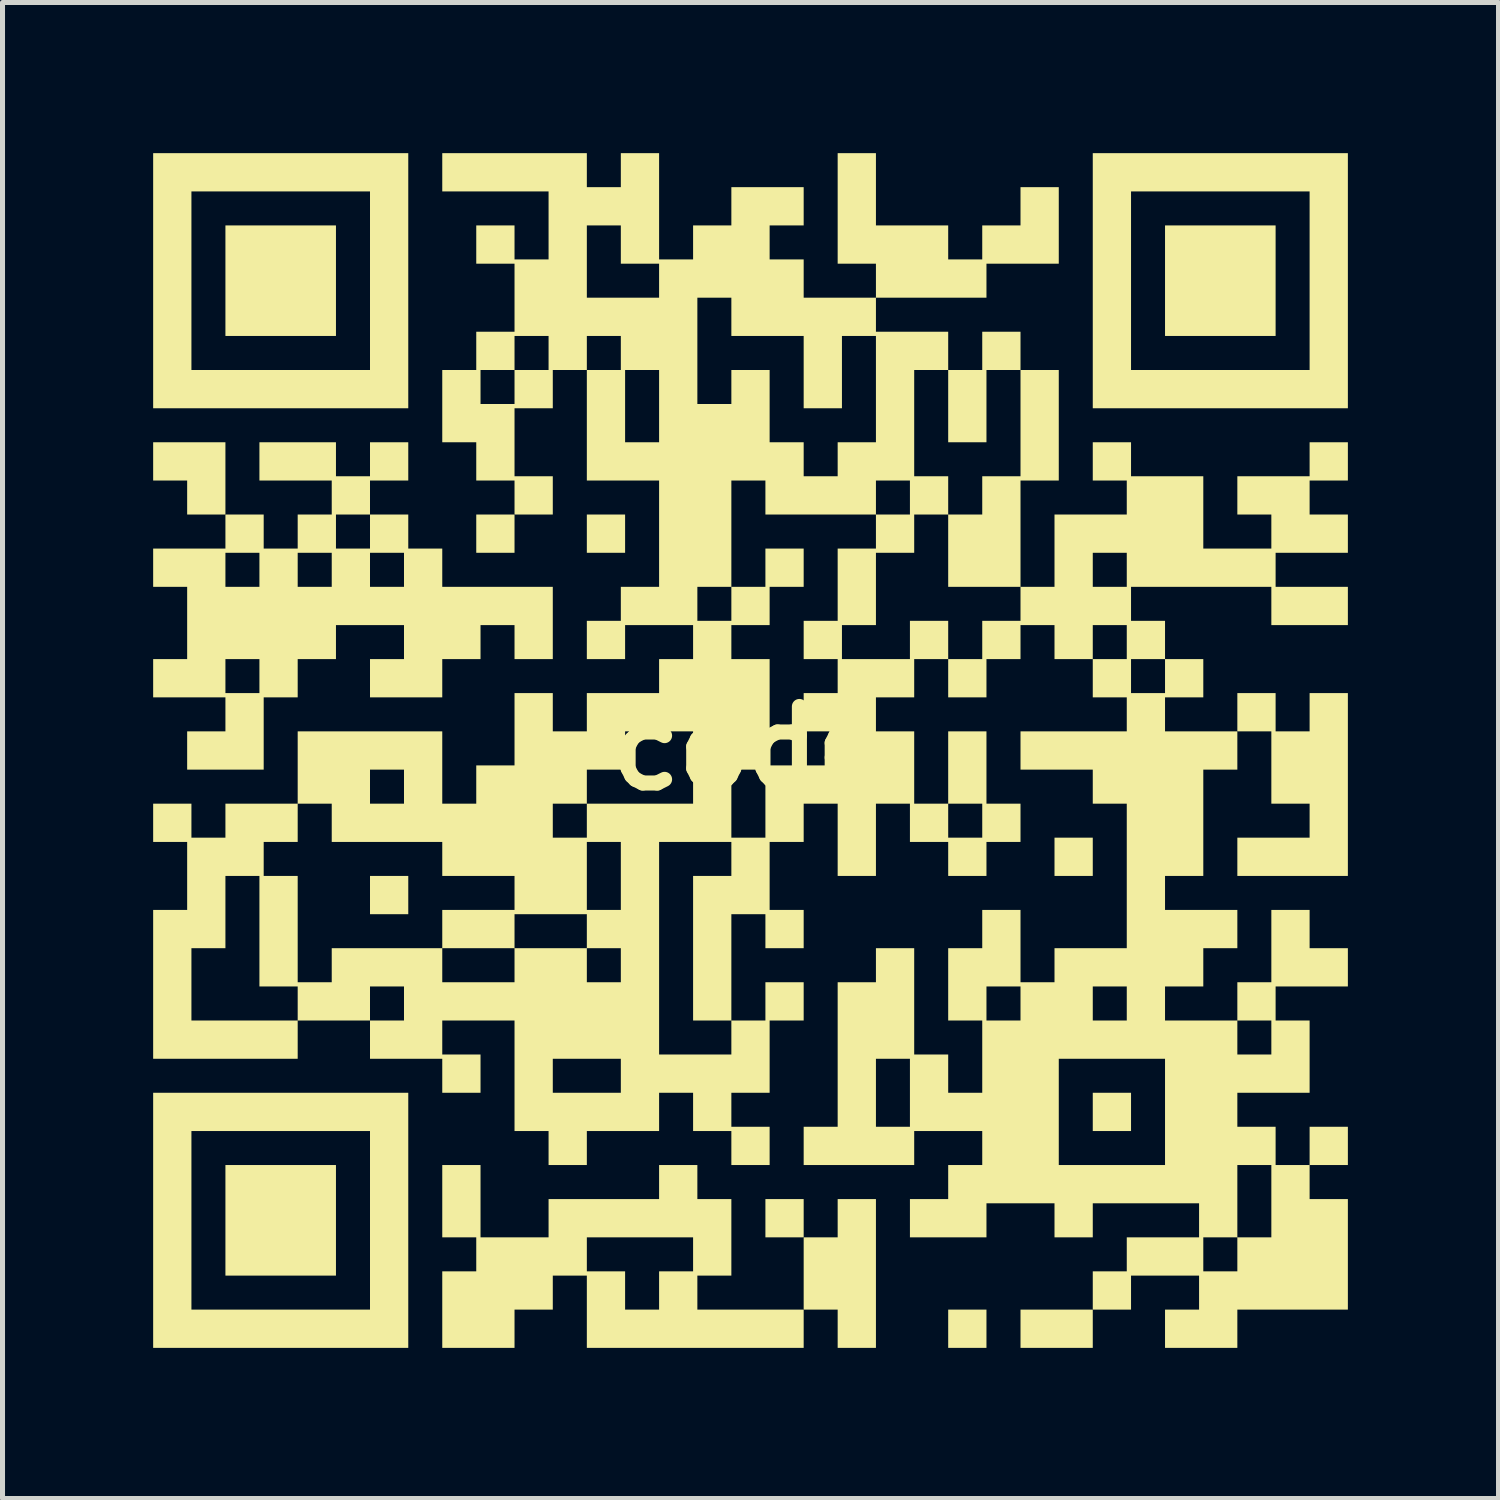
<source format=kicad_pcb>
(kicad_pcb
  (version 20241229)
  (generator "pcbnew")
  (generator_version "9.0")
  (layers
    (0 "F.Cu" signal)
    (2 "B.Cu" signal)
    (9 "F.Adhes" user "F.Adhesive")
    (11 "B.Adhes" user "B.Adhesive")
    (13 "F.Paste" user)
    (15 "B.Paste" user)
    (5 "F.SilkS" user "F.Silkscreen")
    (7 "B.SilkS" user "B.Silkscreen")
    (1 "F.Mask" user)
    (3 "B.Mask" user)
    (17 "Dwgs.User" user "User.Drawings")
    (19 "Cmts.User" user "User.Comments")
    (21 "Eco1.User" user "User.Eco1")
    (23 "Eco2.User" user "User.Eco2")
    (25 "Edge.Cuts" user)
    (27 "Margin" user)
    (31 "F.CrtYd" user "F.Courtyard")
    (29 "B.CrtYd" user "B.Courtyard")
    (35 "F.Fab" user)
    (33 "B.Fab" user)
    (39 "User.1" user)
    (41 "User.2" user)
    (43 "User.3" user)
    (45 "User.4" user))
  (footprint "code"
    (layer "F.Cu")
    (at 11.853 11.853)
    (property "Reference" "code" (at 0 0 0) (layer "F.SilkS") (effects (font (size 1.524 1.524) (thickness 0.3))))
    (attr board_only exclude_from_pos_files exclude_from_bom)
    (fp_poly (pts (xy -8.213 -8.213) (xy -10.414 -8.213) (xy -10.414 -10.414) (xy -8.213 -10.414)) (stroke (width 0) (type solid)) (fill yes) (layer "F.SilkS"))
    (fp_poly (pts (xy -8.213 10.499) (xy -10.414 10.499) (xy -10.414 8.297) (xy -8.213 8.297)) (stroke (width 0) (type solid)) (fill yes) (layer "F.SilkS"))
    (fp_poly (pts (xy -6.773 3.302) (xy -7.535 3.302) (xy -7.535 2.54) (xy -6.773 2.54)) (stroke (width 0) (type solid)) (fill yes) (layer "F.SilkS"))
    (fp_poly (pts (xy -4.657 -3.895) (xy -5.419 -3.895) (xy -5.419 -4.657) (xy -4.657 -4.657)) (stroke (width 0) (type solid)) (fill yes) (layer "F.SilkS"))
    (fp_poly (pts (xy -2.455 -3.895) (xy -3.217 -3.895) (xy -3.217 -4.657) (xy -2.455 -4.657)) (stroke (width 0) (type solid)) (fill yes) (layer "F.SilkS"))
    (fp_poly (pts (xy 1.101 9.737) (xy 0.339 9.737) (xy 0.339 8.975) (xy 1.101 8.975)) (stroke (width 0) (type solid)) (fill yes) (layer "F.SilkS"))
    (fp_poly (pts (xy 4.741 11.938) (xy 3.979 11.938) (xy 3.979 11.176) (xy 4.741 11.176)) (stroke (width 0) (type solid)) (fill yes) (layer "F.SilkS"))
    (fp_poly (pts (xy 6.858 2.54) (xy 6.096 2.54) (xy 6.096 1.778) (xy 6.858 1.778)) (stroke (width 0) (type solid)) (fill yes) (layer "F.SilkS"))
    (fp_poly (pts (xy 6.858 11.938) (xy 5.419 11.938) (xy 5.419 11.176) (xy 6.858 11.176)) (stroke (width 0) (type solid)) (fill yes) (layer "F.SilkS"))
    (fp_poly (pts (xy 7.62 7.62) (xy 6.858 7.62) (xy 6.858 6.858) (xy 7.62 6.858)) (stroke (width 0) (type solid)) (fill yes) (layer "F.SilkS"))
    (fp_poly (pts (xy 10.499 -8.213) (xy 8.297 -8.213) (xy 8.297 -10.414) (xy 10.499 -10.414)) (stroke (width 0) (type solid)) (fill yes) (layer "F.SilkS"))
    (fp_poly (pts (xy 11.938 8.297) (xy 11.176 8.297) (xy 11.176 7.535) (xy 11.938 7.535)) (stroke (width 0) (type solid)) (fill yes) (layer "F.SilkS"))
    (fp_poly (pts (xy -10.414 -4.657) (xy -11.176 -4.657) (xy -11.176 -5.334) (xy -11.853 -5.334) (xy -11.853 -6.096) (xy -10.414 -6.096)) (stroke (width 0) (type solid)) (fill yes) (layer "F.SilkS"))
    (fp_poly (pts (xy 2.54 11.938) (xy 1.778 11.938) (xy 1.778 11.176) (xy 1.101 11.176) (xy 1.101 9.737) (xy 1.778 9.737) (xy 1.778 8.975) (xy 2.54 8.975)) (stroke (width 0) (type solid)) (fill yes) (layer "F.SilkS"))
    (fp_poly (pts (xy -6.773 -6.773) (xy -11.853 -6.773) (xy -11.853 -7.535) (xy -11.091 -7.535) (xy -7.535 -7.535) (xy -7.535 -11.091) (xy -11.091 -11.091) (xy -11.091 -7.535) (xy -11.853 -7.535) (xy -11.853 -11.853) (xy -6.773 -11.853)) (stroke (width 0) (type solid)) (fill yes) (layer "F.SilkS"))
    (fp_poly (pts (xy -6.773 11.938) (xy -11.853 11.938) (xy -11.853 11.176) (xy -11.091 11.176) (xy -7.535 11.176) (xy -7.535 7.62) (xy -11.091 7.62) (xy -11.091 11.176) (xy -11.853 11.176) (xy -11.853 6.858) (xy -6.773 6.858)) (stroke (width 0) (type solid)) (fill yes) (layer "F.SilkS"))
    (fp_poly (pts (xy 11.938 -6.773) (xy 6.858 -6.773) (xy 6.858 -7.535) (xy 7.62 -7.535) (xy 11.176 -7.535) (xy 11.176 -11.091) (xy 7.62 -11.091) (xy 7.62 -7.535) (xy 6.858 -7.535) (xy 6.858 -11.853) (xy 11.938 -11.853)) (stroke (width 0) (type solid)) (fill yes) (layer "F.SilkS"))
    (fp_poly (pts (xy 10.499 -0.339) (xy 11.176 -0.339) (xy 11.176 -1.101) (xy 11.938 -1.101) (xy 11.938 2.54) (xy 9.737 2.54) (xy 9.737 1.778) (xy 11.176 1.778) (xy 11.176 1.101) (xy 10.414 1.101) (xy 10.414 -0.339) (xy 9.737 -0.339) (xy 9.737 -1.101) (xy 10.499 -1.101)) (stroke (width 0) (type solid)) (fill yes) (layer "F.SilkS"))
    (fp_poly (pts (xy 2.54 -10.414) (xy 3.979 -10.414) (xy 3.979 -9.737) (xy 4.657 -9.737) (xy 4.657 -10.414) (xy 5.419 -10.414) (xy 5.419 -11.176) (xy 6.181 -11.176) (xy 6.181 -9.652) (xy 4.741 -9.652) (xy 4.741 -8.975) (xy 2.54 -8.975) (xy 2.54 -9.652) (xy 1.778 -9.652) (xy 1.778 -11.853) (xy 2.54 -11.853)) (stroke (width 0) (type solid)) (fill yes) (layer "F.SilkS"))
    (fp_poly (pts (xy -5.334 9.737) (xy -3.979 9.737) (xy -3.979 8.975) (xy -1.778 8.975) (xy -1.778 8.297) (xy -1.016 8.297) (xy -1.016 8.975) (xy -0.339 8.975) (xy -0.339 10.499) (xy -1.016 10.499) (xy -1.016 11.176) (xy 1.101 11.176) (xy 1.101 11.938) (xy -3.217 11.938) (xy -3.217 10.499) (xy -3.895 10.499) (xy -3.895 11.176) (xy -4.657 11.176) (xy -4.657 11.938) (xy -6.096 11.938) (xy -6.096 10.414) (xy -5.419 10.414) (xy -3.217 10.414) (xy -2.455 10.414) (xy -2.455 11.176) (xy -1.778 11.176) (xy -1.778 10.414) (xy -1.101 10.414) (xy -1.101 9.737) (xy -3.217 9.737) (xy -3.217 10.414) (xy -5.419 10.414) (xy -5.419 9.737) (xy -6.096 9.737) (xy -6.096 8.297) (xy -5.334 8.297)) (stroke (width 0) (type solid)) (fill yes) (layer "F.SilkS"))
    (fp_poly (pts (xy -6.773 -4.657) (xy -6.773 -3.979) (xy -6.096 -3.979) (xy -6.096 -3.217) (xy -3.895 -3.217) (xy -3.895 -1.778) (xy -4.657 -1.778) (xy -4.657 -2.455) (xy -5.334 -2.455) (xy -5.334 -1.778) (xy -6.096 -1.778) (xy -6.096 -1.016) (xy -7.535 -1.016) (xy -7.535 -1.778) (xy -6.858 -1.778) (xy -6.858 -2.455) (xy -8.213 -2.455) (xy -8.213 -1.778) (xy -8.975 -1.778) (xy -8.975 -1.016) (xy -9.652 -1.016) (xy -9.652 0.423) (xy -11.176 0.423) (xy -11.176 -0.339) (xy -10.414 -0.339) (xy -10.414 -1.016) (xy -11.853 -1.016) (xy -11.853 -1.101) (xy -10.414 -1.101) (xy -9.737 -1.101) (xy -9.737 -1.778) (xy -10.414 -1.778) (xy -10.414 -1.101) (xy -11.853 -1.101) (xy -11.853 -1.778) (xy -11.176 -1.778) (xy -11.176 -3.217) (xy -10.414 -3.217) (xy -9.737 -3.217) (xy -8.975 -3.217) (xy -8.297 -3.217) (xy -7.535 -3.217) (xy -6.858 -3.217) (xy -6.858 -3.895) (xy -7.535 -3.895) (xy -7.535 -3.217) (xy -8.297 -3.217) (xy -8.297 -3.895) (xy -8.975 -3.895) (xy -8.975 -3.217) (xy -9.737 -3.217) (xy -9.737 -3.895) (xy -10.414 -3.895) (xy -10.414 -3.217) (xy -11.176 -3.217) (xy -11.853 -3.217) (xy -11.853 -3.979) (xy -10.414 -3.979) (xy -10.414 -4.657) (xy -9.652 -4.657) (xy -9.652 -3.979) (xy -8.975 -3.979) (xy -8.213 -3.979) (xy -7.535 -3.979) (xy -7.535 -4.657) (xy -8.213 -4.657) (xy -8.213 -3.979) (xy -8.975 -3.979) (xy -8.975 -4.657) (xy -8.297 -4.657) (xy -8.297 -5.334) (xy -9.737 -5.334) (xy -9.737 -6.096) (xy -8.213 -6.096) (xy -8.213 -5.419) (xy -7.535 -5.419) (xy -7.535 -6.096) (xy -6.773 -6.096) (xy -6.773 -5.334) (xy -7.535 -5.334) (xy -7.535 -4.657)) (stroke (width 0) (type solid)) (fill yes) (layer "F.SilkS"))
    (fp_poly (pts (xy 9.059 -1.778) (xy 9.059 -1.016) (xy 8.297 -1.016) (xy 8.297 -0.339) (xy 9.737 -0.339) (xy 9.737 0.423) (xy 9.059 0.423) (xy 9.059 2.54) (xy 8.297 2.54) (xy 8.297 3.217) (xy 9.737 3.217) (xy 9.737 3.979) (xy 9.059 3.979) (xy 9.059 4.741) (xy 8.297 4.741) (xy 8.297 5.419) (xy 9.737 5.419) (xy 9.737 4.657) (xy 10.414 4.657) (xy 10.414 3.217) (xy 11.176 3.217) (xy 11.176 3.979) (xy 11.938 3.979) (xy 11.938 4.741) (xy 10.499 4.741) (xy 10.499 5.419) (xy 11.176 5.419) (xy 11.176 6.858) (xy 9.737 6.858) (xy 9.737 7.535) (xy 10.499 7.535) (xy 10.499 8.297) (xy 11.176 8.297) (xy 11.176 8.975) (xy 11.938 8.975) (xy 11.938 11.176) (xy 9.737 11.176) (xy 9.737 11.938) (xy 8.297 11.938) (xy 8.297 11.176) (xy 8.975 11.176) (xy 8.975 10.499) (xy 7.62 10.499) (xy 7.62 11.176) (xy 6.858 11.176) (xy 6.858 10.414) (xy 7.535 10.414) (xy 9.059 10.414) (xy 9.737 10.414) (xy 9.737 9.737) (xy 10.414 9.737) (xy 10.414 8.297) (xy 9.737 8.297) (xy 9.737 9.737) (xy 9.059 9.737) (xy 9.059 10.414) (xy 7.535 10.414) (xy 7.535 9.737) (xy 8.975 9.737) (xy 8.975 9.059) (xy 6.858 9.059) (xy 6.858 9.737) (xy 6.096 9.737) (xy 6.096 9.059) (xy 4.741 9.059) (xy 4.741 9.737) (xy 3.217 9.737) (xy 3.217 8.975) (xy 3.979 8.975) (xy 3.979 8.297) (xy 4.657 8.297) (xy 6.181 8.297) (xy 8.297 8.297) (xy 8.297 6.181) (xy 6.181 6.181) (xy 6.181 8.297) (xy 4.657 8.297) (xy 4.657 7.62) (xy 3.302 7.62) (xy 3.302 8.297) (xy 1.101 8.297) (xy 1.101 7.535) (xy 1.778 7.535) (xy 2.54 7.535) (xy 3.217 7.535) (xy 3.217 6.181) (xy 2.54 6.181) (xy 2.54 7.535) (xy 1.778 7.535) (xy 1.778 4.657) (xy 2.54 4.657) (xy 2.54 3.979) (xy 3.302 3.979) (xy 3.302 6.096) (xy 3.979 6.096) (xy 3.979 6.858) (xy 4.657 6.858) (xy 4.657 6.096) (xy 9.737 6.096) (xy 10.414 6.096) (xy 10.414 5.419) (xy 9.737 5.419) (xy 9.737 6.096) (xy 4.657 6.096) (xy 4.657 5.419) (xy 4.741 5.419) (xy 5.419 5.419) (xy 6.858 5.419) (xy 7.535 5.419) (xy 7.535 4.741) (xy 6.858 4.741) (xy 6.858 5.419) (xy 5.419 5.419) (xy 5.419 4.741) (xy 4.741 4.741) (xy 4.741 5.419) (xy 4.657 5.419) (xy 3.979 5.419) (xy 3.979 3.979) (xy 4.657 3.979) (xy 4.657 3.217) (xy 5.419 3.217) (xy 5.419 4.657) (xy 6.096 4.657) (xy 6.096 3.979) (xy 7.535 3.979) (xy 7.535 1.101) (xy 6.858 1.101) (xy 6.858 0.423) (xy 5.419 0.423) (xy 5.419 -0.339) (xy 7.535 -0.339) (xy 7.535 -1.016) (xy 6.858 -1.016) (xy 6.858 -1.101) (xy 7.62 -1.101) (xy 8.297 -1.101) (xy 8.297 -1.778) (xy 7.62 -1.778) (xy 7.62 -1.101) (xy 6.858 -1.101) (xy 6.858 -1.778) (xy 7.535 -1.778) (xy 7.535 -2.455) (xy 6.858 -2.455) (xy 6.858 -1.778) (xy 6.096 -1.778) (xy 6.096 -2.455) (xy 5.419 -2.455) (xy 5.419 -1.778) (xy 4.741 -1.778) (xy 4.741 -1.016) (xy 3.979 -1.016) (xy 3.979 -1.778) (xy 3.302 -1.778) (xy 3.302 -1.016) (xy 2.54 -1.016) (xy 2.54 -0.339) (xy 3.302 -0.339) (xy 3.302 1.101) (xy 3.979 1.101) (xy 3.979 -0.339) (xy 4.741 -0.339) (xy 4.741 1.101) (xy 5.419 1.101) (xy 5.419 1.863) (xy 4.741 1.863) (xy 4.741 2.54) (xy 3.979 2.54) (xy 3.979 1.863) (xy 3.217 1.863) (xy 3.217 1.778) (xy 3.979 1.778) (xy 4.657 1.778) (xy 4.657 1.101) (xy 3.979 1.101) (xy 3.979 1.778) (xy 3.217 1.778) (xy 3.217 1.101) (xy 2.54 1.101) (xy 2.54 2.54) (xy 1.778 2.54) (xy 1.778 1.101) (xy 1.101 1.101) (xy 1.101 1.863) (xy 0.423 1.863) (xy 0.423 3.217) (xy 1.101 3.217) (xy 1.101 3.979) (xy 0.339 3.979) (xy 0.339 3.302) (xy -0.339 3.302) (xy -0.339 5.419) (xy 0.339 5.419) (xy 0.339 4.657) (xy 1.101 4.657) (xy 1.101 5.419) (xy 0.423 5.419) (xy 0.423 6.858) (xy -0.339 6.858) (xy -0.339 7.535) (xy 0.423 7.535) (xy 0.423 8.297) (xy -0.339 8.297) (xy -0.339 7.62) (xy -1.101 7.62) (xy -1.101 6.858) (xy -1.778 6.858) (xy -1.778 7.62) (xy -3.217 7.62) (xy -3.217 8.297) (xy -3.979 8.297) (xy -3.979 7.62) (xy -4.657 7.62) (xy -4.657 6.858) (xy -3.895 6.858) (xy -2.54 6.858) (xy -2.54 6.181) (xy -3.895 6.181) (xy -3.895 6.858) (xy -4.657 6.858) (xy -4.657 6.096) (xy -1.778 6.096) (xy -0.339 6.096) (xy -0.339 5.419) (xy -1.101 5.419) (xy -1.101 2.54) (xy -0.339 2.54) (xy -0.339 1.863) (xy -1.778 1.863) (xy -1.778 6.096) (xy -4.657 6.096) (xy -4.657 5.419) (xy -6.096 5.419) (xy -6.096 6.096) (xy -5.334 6.096) (xy -5.334 6.858) (xy -6.096 6.858) (xy -6.096 6.181) (xy -7.535 6.181) (xy -7.535 5.419) (xy -6.858 5.419) (xy -6.858 4.741) (xy -7.535 4.741) (xy -7.535 5.419) (xy -8.975 5.419) (xy -8.975 6.181) (xy -11.853 6.181) (xy -11.853 5.419) (xy -11.091 5.419) (xy -8.975 5.419) (xy -8.975 4.741) (xy -9.737 4.741) (xy -9.737 2.54) (xy -9.652 2.54) (xy -8.975 2.54) (xy -8.975 4.657) (xy -8.297 4.657) (xy -6.096 4.657) (xy -4.657 4.657) (xy -3.217 4.657) (xy -2.54 4.657) (xy -2.54 3.979) (xy -3.217 3.979) (xy -3.217 4.657) (xy -4.657 4.657) (xy -4.657 3.979) (xy -3.217 3.979) (xy -3.217 3.302) (xy -4.657 3.302) (xy -4.657 3.979) (xy -6.096 3.979) (xy -6.096 4.657) (xy -8.297 4.657) (xy -8.297 3.979) (xy -6.096 3.979) (xy -6.096 3.217) (xy -4.657 3.217) (xy -3.217 3.217) (xy -2.54 3.217) (xy -2.54 1.863) (xy -3.217 1.863) (xy -3.217 3.217) (xy -4.657 3.217) (xy -4.657 2.54) (xy -6.096 2.54) (xy -6.096 1.863) (xy -8.297 1.863) (xy -8.297 1.778) (xy -3.895 1.778) (xy -3.217 1.778) (xy -0.339 1.778) (xy 0.339 1.778) (xy 0.339 0.423) (xy -0.339 0.423) (xy -0.339 1.778) (xy -3.217 1.778) (xy -3.217 1.101) (xy -1.101 1.101) (xy -1.101 -0.339) (xy -2.455 -0.339) (xy -2.455 0.423) (xy -3.217 0.423) (xy -3.217 1.101) (xy -3.895 1.101) (xy -3.895 1.778) (xy -8.297 1.778) (xy -8.297 1.101) (xy -7.535 1.101) (xy -6.858 1.101) (xy -6.858 0.423) (xy -7.535 0.423) (xy -7.535 1.101) (xy -8.297 1.101) (xy -8.975 1.101) (xy -8.975 1.863) (xy -9.652 1.863) (xy -9.652 2.54) (xy -9.737 2.54) (xy -10.414 2.54) (xy -10.414 3.979) (xy -11.091 3.979) (xy -11.091 5.419) (xy -11.853 5.419) (xy -11.853 3.217) (xy -11.176 3.217) (xy -11.176 1.863) (xy -11.853 1.863) (xy -11.853 1.101) (xy -11.091 1.101) (xy -11.091 1.778) (xy -10.414 1.778) (xy -10.414 1.101) (xy -8.975 1.101) (xy -8.975 -0.339) (xy -6.096 -0.339) (xy -6.096 1.101) (xy -5.419 1.101) (xy -5.419 0.339) (xy -4.657 0.339) (xy -4.657 -1.101) (xy -3.895 -1.101) (xy -3.895 -0.339) (xy -3.217 -0.339) (xy -3.217 -1.101) (xy -1.778 -1.101) (xy -1.778 -1.778) (xy -1.101 -1.778) (xy -0.339 -1.778) (xy 0.423 -1.778) (xy 0.423 0.339) (xy 1.778 0.339) (xy 1.778 -0.339) (xy 1.101 -0.339) (xy 1.101 -1.101) (xy 1.778 -1.101) (xy 1.778 -1.778) (xy 1.863 -1.778) (xy 3.217 -1.778) (xy 3.217 -2.54) (xy 3.979 -2.54) (xy 3.979 -1.778) (xy 4.657 -1.778) (xy 4.657 -2.54) (xy 5.419 -2.54) (xy 5.419 -3.217) (xy 3.979 -3.217) (xy 3.979 -4.657) (xy 3.302 -4.657) (xy 3.302 -3.895) (xy 2.54 -3.895) (xy 2.54 -2.455) (xy 1.863 -2.455) (xy 1.863 -1.778) (xy 1.778 -1.778) (xy 1.101 -1.778) (xy 1.101 -2.54) (xy 1.778 -2.54) (xy 1.778 -3.979) (xy 2.54 -3.979) (xy 2.54 -4.657) (xy 3.217 -4.657) (xy 3.217 -5.334) (xy 2.54 -5.334) (xy 2.54 -4.657) (xy 0.339 -4.657) (xy 0.339 -5.334) (xy -0.339 -5.334) (xy -0.339 -3.217) (xy 0.339 -3.217) (xy 0.339 -3.979) (xy 1.101 -3.979) (xy 1.101 -3.217) (xy 0.423 -3.217) (xy 0.423 -2.455) (xy -0.339 -2.455) (xy -0.339 -1.778) (xy -1.101 -1.778) (xy -1.101 -2.455) (xy -2.455 -2.455) (xy -2.455 -1.778) (xy -3.217 -1.778) (xy -3.217 -2.54) (xy -2.54 -2.54) (xy -1.016 -2.54) (xy -0.339 -2.54) (xy -0.339 -3.217) (xy -1.016 -3.217) (xy -1.016 -2.54) (xy -2.54 -2.54) (xy -2.54 -3.217) (xy -1.778 -3.217) (xy -1.778 -5.334) (xy -3.217 -5.334) (xy -3.217 -6.096) (xy -2.455 -6.096) (xy -1.778 -6.096) (xy -1.778 -6.858) (xy -1.016 -6.858) (xy -0.339 -6.858) (xy -0.339 -7.535) (xy 0.423 -7.535) (xy 0.423 -6.096) (xy 1.101 -6.096) (xy 1.101 -5.419) (xy 1.778 -5.419) (xy 3.302 -5.419) (xy 3.979 -5.419) (xy 3.979 -4.657) (xy 4.657 -4.657) (xy 4.657 -5.419) (xy 5.419 -5.419) (xy 5.419 -7.535) (xy 4.741 -7.535) (xy 4.741 -6.096) (xy 3.979 -6.096) (xy 3.979 -7.535) (xy 3.302 -7.535) (xy 3.302 -5.419) (xy 1.778 -5.419) (xy 1.778 -6.096) (xy 2.54 -6.096) (xy 2.54 -8.213) (xy 1.863 -8.213) (xy 1.863 -6.773) (xy 1.101 -6.773) (xy 1.101 -8.213) (xy -0.339 -8.213) (xy -0.339 -8.975) (xy -1.016 -8.975) (xy -1.016 -6.858) (xy -1.778 -6.858) (xy -1.778 -7.535) (xy -2.455 -7.535) (xy -2.455 -6.096) (xy -3.217 -6.096) (xy -3.217 -7.535) (xy -2.54 -7.535) (xy -2.54 -8.213) (xy -3.217 -8.213) (xy -3.217 -7.535) (xy -3.895 -7.535) (xy -3.895 -6.773) (xy -4.657 -6.773) (xy -4.657 -5.419) (xy -3.895 -5.419) (xy -3.895 -4.657) (xy -4.657 -4.657) (xy -4.657 -5.334) (xy -5.419 -5.334) (xy -5.419 -6.096) (xy -6.096 -6.096) (xy -6.096 -6.858) (xy -5.334 -6.858) (xy -4.657 -6.858) (xy -4.657 -7.535) (xy -3.979 -7.535) (xy -3.979 -8.213) (xy -4.657 -8.213) (xy -4.657 -7.535) (xy -5.334 -7.535) (xy -5.334 -6.858) (xy -6.096 -6.858) (xy -6.096 -7.535) (xy -5.419 -7.535) (xy -5.419 -8.297) (xy -4.657 -8.297) (xy -4.657 -8.975) (xy -3.217 -8.975) (xy -1.778 -8.975) (xy -1.778 -9.652) (xy -2.54 -9.652) (xy -2.54 -10.414) (xy -3.217 -10.414) (xy -3.217 -8.975) (xy -4.657 -8.975) (xy -4.657 -9.652) (xy -5.419 -9.652) (xy -5.419 -10.414) (xy -4.657 -10.414) (xy -4.657 -9.737) (xy -3.979 -9.737) (xy -3.979 -11.091) (xy -6.096 -11.091) (xy -6.096 -11.853) (xy -3.217 -11.853) (xy -3.217 -11.176) (xy -2.54 -11.176) (xy -2.54 -11.853) (xy -1.778 -11.853) (xy -1.778 -9.737) (xy -1.101 -9.737) (xy -1.101 -10.414) (xy -0.339 -10.414) (xy -0.339 -11.176) (xy 1.101 -11.176) (xy 1.101 -10.414) (xy 0.423 -10.414) (xy 0.423 -9.737) (xy 1.101 -9.737) (xy 1.101 -8.975) (xy 2.54 -8.975) (xy 2.54 -8.297) (xy 3.979 -8.297) (xy 3.979 -7.535) (xy 4.657 -7.535) (xy 4.657 -8.297) (xy 5.419 -8.297) (xy 5.419 -7.535) (xy 6.181 -7.535) (xy 6.181 -5.334) (xy 5.419 -5.334) (xy 5.419 -3.217) (xy 6.096 -3.217) (xy 6.858 -3.217) (xy 7.535 -3.217) (xy 7.535 -3.895) (xy 6.858 -3.895) (xy 6.858 -3.217) (xy 6.096 -3.217) (xy 6.096 -4.657) (xy 7.535 -4.657) (xy 7.535 -5.334) (xy 6.858 -5.334) (xy 6.858 -6.096) (xy 7.62 -6.096) (xy 7.62 -5.419) (xy 9.059 -5.419) (xy 9.059 -3.979) (xy 10.414 -3.979) (xy 10.414 -4.657) (xy 9.737 -4.657) (xy 9.737 -5.419) (xy 11.176 -5.419) (xy 11.176 -6.096) (xy 11.938 -6.096) (xy 11.938 -5.334) (xy 11.176 -5.334) (xy 11.176 -4.657) (xy 11.938 -4.657) (xy 11.938 -3.895) (xy 10.499 -3.895) (xy 10.499 -3.217) (xy 11.938 -3.217) (xy 11.938 -2.455) (xy 10.414 -2.455) (xy 10.414 -3.217) (xy 7.62 -3.217) (xy 7.62 -2.54) (xy 8.297 -2.54) (xy 8.297 -1.778)) (stroke (width 0) (type solid)) (fill yes) (layer "F.SilkS")))
  (gr_rect
    (start -3 -3)
    (end 26.791 26.791)
    (stroke (width 0.1) (type default))
    (fill no)
    (layer "Edge.Cuts")))
</source>
